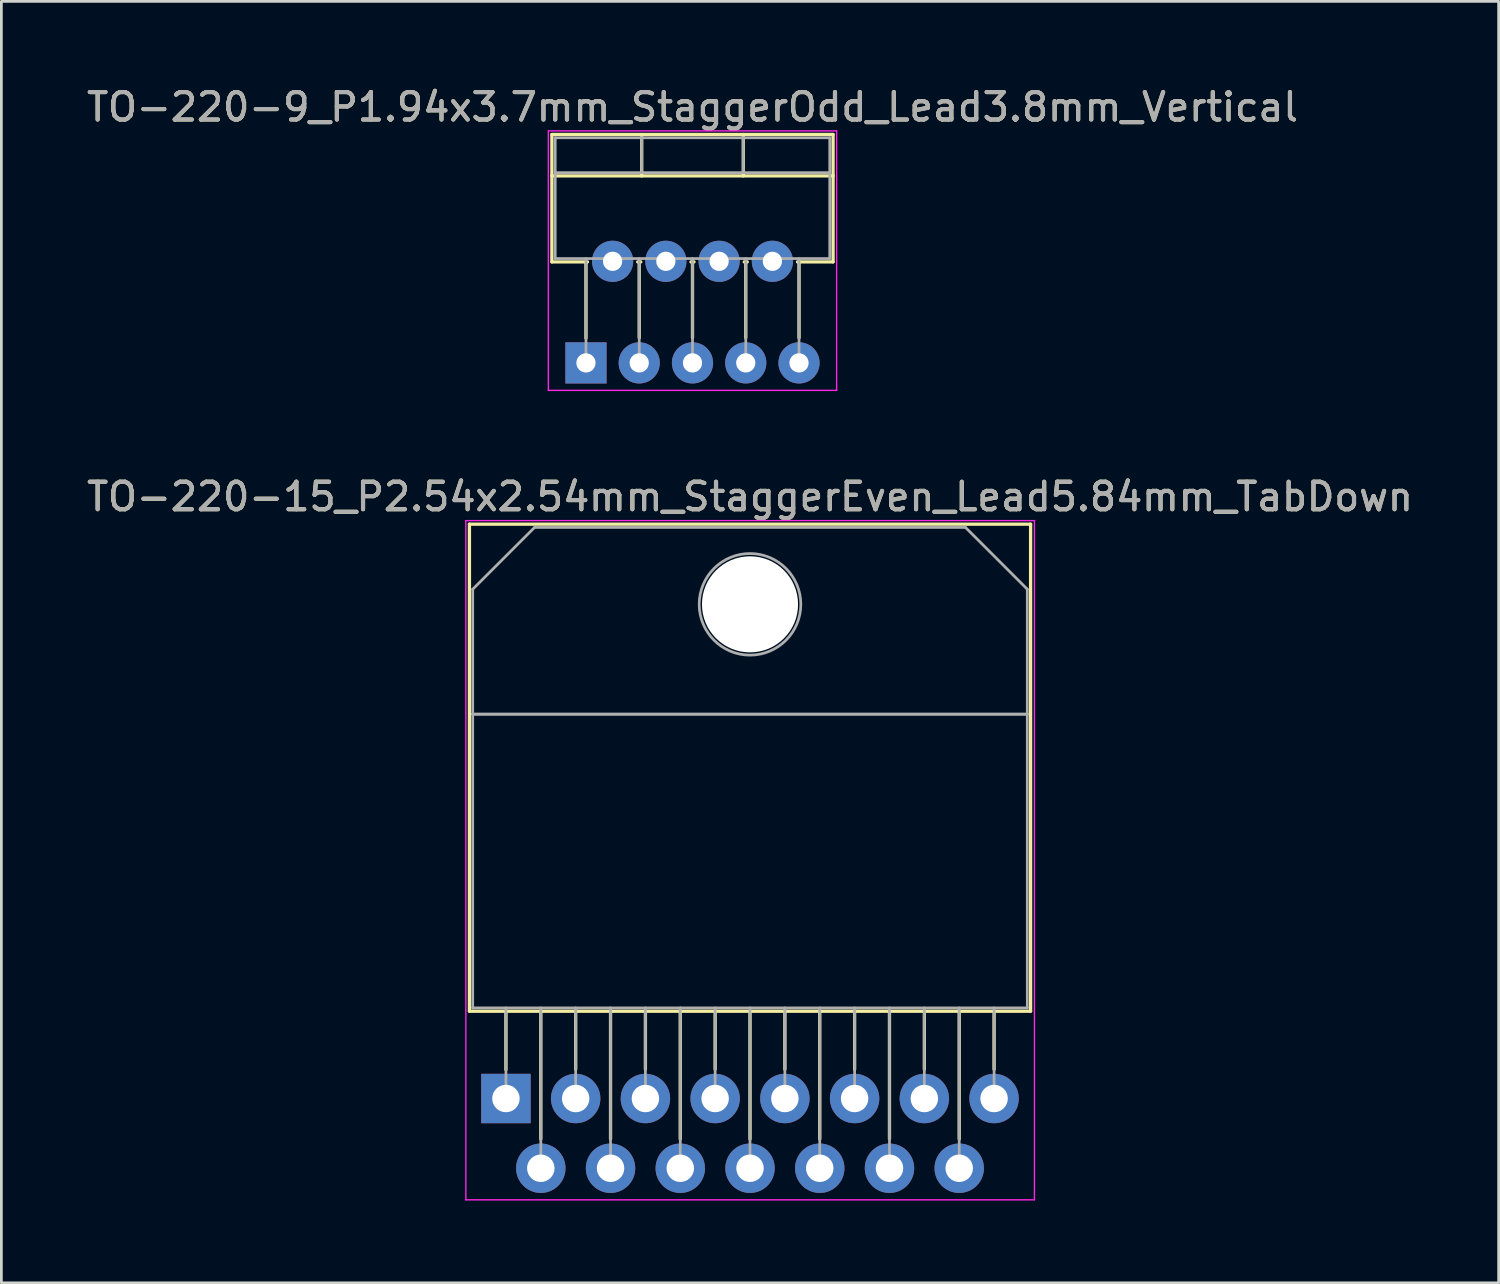
<source format=kicad_pcb>
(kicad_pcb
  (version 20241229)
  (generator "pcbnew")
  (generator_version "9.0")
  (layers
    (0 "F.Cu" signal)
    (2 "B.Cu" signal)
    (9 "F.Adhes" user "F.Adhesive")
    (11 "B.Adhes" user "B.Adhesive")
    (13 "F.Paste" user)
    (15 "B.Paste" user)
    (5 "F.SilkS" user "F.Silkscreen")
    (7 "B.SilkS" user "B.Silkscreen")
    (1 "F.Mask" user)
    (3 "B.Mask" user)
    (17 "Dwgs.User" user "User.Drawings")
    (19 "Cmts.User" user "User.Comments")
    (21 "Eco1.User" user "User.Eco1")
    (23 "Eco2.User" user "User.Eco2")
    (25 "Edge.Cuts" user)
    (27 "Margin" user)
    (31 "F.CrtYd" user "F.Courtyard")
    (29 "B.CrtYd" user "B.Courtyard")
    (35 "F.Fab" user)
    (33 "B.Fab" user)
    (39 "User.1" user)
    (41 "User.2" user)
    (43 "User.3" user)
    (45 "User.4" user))
  (footprint "TO-220-9_P1.94x3.7mm_StaggerOdd_Lead3.8mm_Vertical"
    (layer "F.Cu")
    (at 18.293 10.168)
    (property "Reference" "TO-220-9_P1.94x3.7mm_StaggerOdd_Lead3.8mm_Vertical" (at 3.88 -9.32 0) (layer "F.SilkS") (effects (font (size 1 1) (thickness 0.15))))
    (attr through_hole)
    (fp_line (start -1.241 -8.32) (end -1.241 -3.679) (stroke (width 0.12) (type solid)) (layer "F.SilkS"))
    (fp_line (start -1.241 -8.32) (end 9 -8.32) (stroke (width 0.12) (type solid)) (layer "F.SilkS"))
    (fp_line (start -1.241 -6.811) (end 9 -6.811) (stroke (width 0.12) (type solid)) (layer "F.SilkS"))
    (fp_line (start -1.241 -3.679) (end 0.055 -3.679) (stroke (width 0.12) (type solid)) (layer "F.SilkS"))
    (fp_line (start 0 -3.679) (end 0 -0.9) (stroke (width 0.12) (type solid)) (layer "F.SilkS"))
    (fp_line (start 1.885 -3.679) (end 1.996 -3.679) (stroke (width 0.12) (type solid)) (layer "F.SilkS"))
    (fp_line (start 1.94 -3.679) (end 1.94 -0.915) (stroke (width 0.12) (type solid)) (layer "F.SilkS"))
    (fp_line (start 2.03 -8.32) (end 2.03 -6.811) (stroke (width 0.12) (type solid)) (layer "F.SilkS"))
    (fp_line (start 3.825 -3.679) (end 3.935 -3.679) (stroke (width 0.12) (type solid)) (layer "F.SilkS"))
    (fp_line (start 3.88 -3.679) (end 3.88 -0.915) (stroke (width 0.12) (type solid)) (layer "F.SilkS"))
    (fp_line (start 5.73 -8.32) (end 5.73 -6.811) (stroke (width 0.12) (type solid)) (layer "F.SilkS"))
    (fp_line (start 5.765 -3.679) (end 5.875 -3.679) (stroke (width 0.12) (type solid)) (layer "F.SilkS"))
    (fp_line (start 5.82 -3.679) (end 5.82 -0.915) (stroke (width 0.12) (type solid)) (layer "F.SilkS"))
    (fp_line (start 7.705 -3.679) (end 9 -3.679) (stroke (width 0.12) (type solid)) (layer "F.SilkS"))
    (fp_line (start 7.76 -3.679) (end 7.76 -0.915) (stroke (width 0.12) (type solid)) (layer "F.SilkS"))
    (fp_line (start 9 -8.32) (end 9 -3.679) (stroke (width 0.12) (type solid)) (layer "F.SilkS"))
    (fp_line (start -1.37 -8.45) (end -1.37 1) (stroke (width 0.05) (type solid)) (layer "F.CrtYd"))
    (fp_line (start -1.37 1) (end 9.13 1) (stroke (width 0.05) (type solid)) (layer "F.CrtYd"))
    (fp_line (start 9.13 -8.45) (end -1.37 -8.45) (stroke (width 0.05) (type solid)) (layer "F.CrtYd"))
    (fp_line (start 9.13 1) (end 9.13 -8.45) (stroke (width 0.05) (type solid)) (layer "F.CrtYd"))
    (fp_line (start -1.12 -8.2) (end -1.12 -3.8) (stroke (width 0.1) (type solid)) (layer "F.Fab"))
    (fp_line (start -1.12 -6.93) (end 8.88 -6.93) (stroke (width 0.1) (type solid)) (layer "F.Fab"))
    (fp_line (start -1.12 -3.8) (end 8.88 -3.8) (stroke (width 0.1) (type solid)) (layer "F.Fab"))
    (fp_line (start 0 -3.8) (end 0 0) (stroke (width 0.1) (type solid)) (layer "F.Fab"))
    (fp_line (start 0.97 -3.8) (end 0.97 -3.7) (stroke (width 0.1) (type solid)) (layer "F.Fab"))
    (fp_line (start 1.94 -3.8) (end 1.94 0) (stroke (width 0.1) (type solid)) (layer "F.Fab"))
    (fp_line (start 2.03 -8.2) (end 2.03 -6.93) (stroke (width 0.1) (type solid)) (layer "F.Fab"))
    (fp_line (start 2.91 -3.8) (end 2.91 -3.7) (stroke (width 0.1) (type solid)) (layer "F.Fab"))
    (fp_line (start 3.88 -3.8) (end 3.88 0) (stroke (width 0.1) (type solid)) (layer "F.Fab"))
    (fp_line (start 4.85 -3.8) (end 4.85 -3.7) (stroke (width 0.1) (type solid)) (layer "F.Fab"))
    (fp_line (start 5.73 -8.2) (end 5.73 -6.93) (stroke (width 0.1) (type solid)) (layer "F.Fab"))
    (fp_line (start 5.82 -3.8) (end 5.82 0) (stroke (width 0.1) (type solid)) (layer "F.Fab"))
    (fp_line (start 6.79 -3.8) (end 6.79 -3.7) (stroke (width 0.1) (type solid)) (layer "F.Fab"))
    (fp_line (start 7.76 -3.8) (end 7.76 0) (stroke (width 0.1) (type solid)) (layer "F.Fab"))
    (fp_line (start 8.88 -8.2) (end -1.12 -8.2) (stroke (width 0.1) (type solid)) (layer "F.Fab"))
    (fp_line (start 8.88 -3.8) (end 8.88 -8.2) (stroke (width 0.1) (type solid)) (layer "F.Fab"))
    (fp_text user "${REFERENCE}" (at 3.88 -9.32 0) (layer "F.Fab") (effects (font (size 1 1) (thickness 0.15))))
    (pad "1" thru_hole rect (at 0 0) (size 1.5 1.5) (drill 0.7) (layers "*.Cu" "*.Mask"))
    (pad "2" thru_hole oval (at 0.97 -3.7) (size 1.5 1.5) (drill 0.7) (layers "*.Cu" "*.Mask"))
    (pad "3" thru_hole oval (at 1.94 0) (size 1.5 1.5) (drill 0.7) (layers "*.Cu" "*.Mask"))
    (pad "4" thru_hole oval (at 2.91 -3.7) (size 1.5 1.5) (drill 0.7) (layers "*.Cu" "*.Mask"))
    (pad "5" thru_hole oval (at 3.88 0) (size 1.5 1.5) (drill 0.7) (layers "*.Cu" "*.Mask"))
    (pad "6" thru_hole oval (at 4.85 -3.7) (size 1.5 1.5) (drill 0.7) (layers "*.Cu" "*.Mask"))
    (pad "7" thru_hole oval (at 5.82 0) (size 1.5 1.5) (drill 0.7) (layers "*.Cu" "*.Mask"))
    (pad "8" thru_hole oval (at 6.79 -3.7) (size 1.5 1.5) (drill 0.7) (layers "*.Cu" "*.Mask"))
    (pad "9" thru_hole oval (at 7.76 0) (size 1.5 1.5) (drill 0.7) (layers "*.Cu" "*.Mask")))
  (footprint "TO-220-15_P2.54x2.54mm_StaggerEven_Lead5.84mm_TabDown"
    (layer "F.Cu")
    (at 15.378 36.962)
    (property "Reference" "TO-220-15_P2.54x2.54mm_StaggerEven_Lead5.84mm_TabDown" (at 8.89 -21.92 0) (layer "F.SilkS") (effects (font (size 1 1) (thickness 0.15))))
    (attr through_hole)
    (fp_line (start -1.33 -20.92) (end -1.33 -3.18) (stroke (width 0.12) (type solid)) (layer "F.SilkS"))
    (fp_line (start -1.33 -20.92) (end 19.11 -20.92) (stroke (width 0.12) (type solid)) (layer "F.SilkS"))
    (fp_line (start -1.33 -3.18) (end 19.11 -3.18) (stroke (width 0.12) (type solid)) (layer "F.SilkS"))
    (fp_line (start 0 -3.18) (end 0 -1.05) (stroke (width 0.12) (type solid)) (layer "F.SilkS"))
    (fp_line (start 1.27 -3.18) (end 1.27 1.475) (stroke (width 0.12) (type solid)) (layer "F.SilkS"))
    (fp_line (start 2.54 -3.18) (end 2.54 -1.066) (stroke (width 0.12) (type solid)) (layer "F.SilkS"))
    (fp_line (start 3.81 -3.18) (end 3.81 1.475) (stroke (width 0.12) (type solid)) (layer "F.SilkS"))
    (fp_line (start 5.08 -3.18) (end 5.08 -1.066) (stroke (width 0.12) (type solid)) (layer "F.SilkS"))
    (fp_line (start 6.35 -3.18) (end 6.35 1.475) (stroke (width 0.12) (type solid)) (layer "F.SilkS"))
    (fp_line (start 7.62 -3.18) (end 7.62 -1.066) (stroke (width 0.12) (type solid)) (layer "F.SilkS"))
    (fp_line (start 8.89 -3.18) (end 8.89 1.475) (stroke (width 0.12) (type solid)) (layer "F.SilkS"))
    (fp_line (start 10.16 -3.18) (end 10.16 -1.066) (stroke (width 0.12) (type solid)) (layer "F.SilkS"))
    (fp_line (start 11.43 -3.18) (end 11.43 1.475) (stroke (width 0.12) (type solid)) (layer "F.SilkS"))
    (fp_line (start 12.7 -3.18) (end 12.7 -1.066) (stroke (width 0.12) (type solid)) (layer "F.SilkS"))
    (fp_line (start 13.97 -3.18) (end 13.97 1.475) (stroke (width 0.12) (type solid)) (layer "F.SilkS"))
    (fp_line (start 15.24 -3.18) (end 15.24 -1.066) (stroke (width 0.12) (type solid)) (layer "F.SilkS"))
    (fp_line (start 16.51 -3.18) (end 16.51 1.475) (stroke (width 0.12) (type solid)) (layer "F.SilkS"))
    (fp_line (start 17.78 -3.18) (end 17.78 -1.066) (stroke (width 0.12) (type solid)) (layer "F.SilkS"))
    (fp_line (start 19.11 -20.92) (end 19.11 -3.18) (stroke (width 0.12) (type solid)) (layer "F.SilkS"))
    (fp_line (start -1.46 -21.05) (end -1.46 3.69) (stroke (width 0.05) (type solid)) (layer "F.CrtYd"))
    (fp_line (start -1.46 3.69) (end 19.25 3.69) (stroke (width 0.05) (type solid)) (layer "F.CrtYd"))
    (fp_line (start 19.25 -21.05) (end -1.46 -21.05) (stroke (width 0.05) (type solid)) (layer "F.CrtYd"))
    (fp_line (start 19.25 3.69) (end 19.25 -21.05) (stroke (width 0.05) (type solid)) (layer "F.CrtYd"))
    (fp_line (start -1.21 -18.55) (end 1.041 -20.8) (stroke (width 0.1) (type solid)) (layer "F.Fab"))
    (fp_line (start -1.21 -14) (end -1.21 -18.55) (stroke (width 0.1) (type solid)) (layer "F.Fab"))
    (fp_line (start -1.21 -14) (end 18.99 -14) (stroke (width 0.1) (type solid)) (layer "F.Fab"))
    (fp_line (start -1.21 -3.3) (end -1.21 -14) (stroke (width 0.1) (type solid)) (layer "F.Fab"))
    (fp_line (start 0 -3.3) (end 0 0) (stroke (width 0.1) (type solid)) (layer "F.Fab"))
    (fp_line (start 1.041 -20.8) (end 16.74 -20.8) (stroke (width 0.1) (type solid)) (layer "F.Fab"))
    (fp_line (start 1.27 -3.3) (end 1.27 2.54) (stroke (width 0.1) (type solid)) (layer "F.Fab"))
    (fp_line (start 2.54 -3.3) (end 2.54 0) (stroke (width 0.1) (type solid)) (layer "F.Fab"))
    (fp_line (start 3.81 -3.3) (end 3.81 2.54) (stroke (width 0.1) (type solid)) (layer "F.Fab"))
    (fp_line (start 5.08 -3.3) (end 5.08 0) (stroke (width 0.1) (type solid)) (layer "F.Fab"))
    (fp_line (start 6.35 -3.3) (end 6.35 2.54) (stroke (width 0.1) (type solid)) (layer "F.Fab"))
    (fp_line (start 7.62 -3.3) (end 7.62 0) (stroke (width 0.1) (type solid)) (layer "F.Fab"))
    (fp_line (start 8.89 -3.3) (end 8.89 2.54) (stroke (width 0.1) (type solid)) (layer "F.Fab"))
    (fp_line (start 10.16 -3.3) (end 10.16 0) (stroke (width 0.1) (type solid)) (layer "F.Fab"))
    (fp_line (start 11.43 -3.3) (end 11.43 2.54) (stroke (width 0.1) (type solid)) (layer "F.Fab"))
    (fp_line (start 12.7 -3.3) (end 12.7 0) (stroke (width 0.1) (type solid)) (layer "F.Fab"))
    (fp_line (start 13.97 -3.3) (end 13.97 2.54) (stroke (width 0.1) (type solid)) (layer "F.Fab"))
    (fp_line (start 15.24 -3.3) (end 15.24 0) (stroke (width 0.1) (type solid)) (layer "F.Fab"))
    (fp_line (start 16.51 -3.3) (end 16.51 2.54) (stroke (width 0.1) (type solid)) (layer "F.Fab"))
    (fp_line (start 16.74 -20.8) (end 18.99 -18.55) (stroke (width 0.1) (type solid)) (layer "F.Fab"))
    (fp_line (start 17.78 -3.3) (end 17.78 0) (stroke (width 0.1) (type solid)) (layer "F.Fab"))
    (fp_line (start 18.99 -18.55) (end 18.99 -14) (stroke (width 0.1) (type solid)) (layer "F.Fab"))
    (fp_line (start 18.99 -14) (end -1.21 -14) (stroke (width 0.1) (type solid)) (layer "F.Fab"))
    (fp_line (start 18.99 -14) (end 18.99 -3.3) (stroke (width 0.1) (type solid)) (layer "F.Fab"))
    (fp_line (start 18.99 -3.3) (end -1.21 -3.3) (stroke (width 0.1) (type solid)) (layer "F.Fab"))
    (fp_circle (center 8.89 -18) (end 10.74 -18) (stroke (width 0.1) (type solid)) (fill no) (layer "F.Fab"))
    (fp_text user "${REFERENCE}" (at 8.89 -21.92 0) (layer "F.Fab") (effects (font (size 1 1) (thickness 0.15))))
    (pad "" np_thru_hole oval (at 8.89 -18) (size 3.5 3.5) (drill 3.5) (layers "*.Cu" "*.Mask"))
    (pad "1" thru_hole rect (at 0 0) (size 1.8 1.8) (drill 1) (layers "*.Cu" "*.Mask"))
    (pad "2" thru_hole oval (at 1.27 2.54) (size 1.8 1.8) (drill 1) (layers "*.Cu" "*.Mask"))
    (pad "3" thru_hole oval (at 2.54 0) (size 1.8 1.8) (drill 1) (layers "*.Cu" "*.Mask"))
    (pad "4" thru_hole oval (at 3.81 2.54) (size 1.8 1.8) (drill 1) (layers "*.Cu" "*.Mask"))
    (pad "5" thru_hole oval (at 5.08 0) (size 1.8 1.8) (drill 1) (layers "*.Cu" "*.Mask"))
    (pad "6" thru_hole oval (at 6.35 2.54) (size 1.8 1.8) (drill 1) (layers "*.Cu" "*.Mask"))
    (pad "7" thru_hole oval (at 7.62 0) (size 1.8 1.8) (drill 1) (layers "*.Cu" "*.Mask"))
    (pad "8" thru_hole oval (at 8.89 2.54) (size 1.8 1.8) (drill 1) (layers "*.Cu" "*.Mask"))
    (pad "9" thru_hole oval (at 10.16 0) (size 1.8 1.8) (drill 1) (layers "*.Cu" "*.Mask"))
    (pad "10" thru_hole oval (at 11.43 2.54) (size 1.8 1.8) (drill 1) (layers "*.Cu" "*.Mask"))
    (pad "11" thru_hole oval (at 12.7 0) (size 1.8 1.8) (drill 1) (layers "*.Cu" "*.Mask"))
    (pad "12" thru_hole oval (at 13.97 2.54) (size 1.8 1.8) (drill 1) (layers "*.Cu" "*.Mask"))
    (pad "13" thru_hole oval (at 15.24 0) (size 1.8 1.8) (drill 1) (layers "*.Cu" "*.Mask"))
    (pad "14" thru_hole oval (at 16.51 2.54) (size 1.8 1.8) (drill 1) (layers "*.Cu" "*.Mask"))
    (pad "15" thru_hole oval (at 17.78 0) (size 1.8 1.8) (drill 1) (layers "*.Cu" "*.Mask")))
  (gr_rect
    (start -3 -3)
    (end 51.536 43.676)
    (stroke (width 0.1) (type default))
    (fill no)
    (layer "Edge.Cuts")))
</source>
